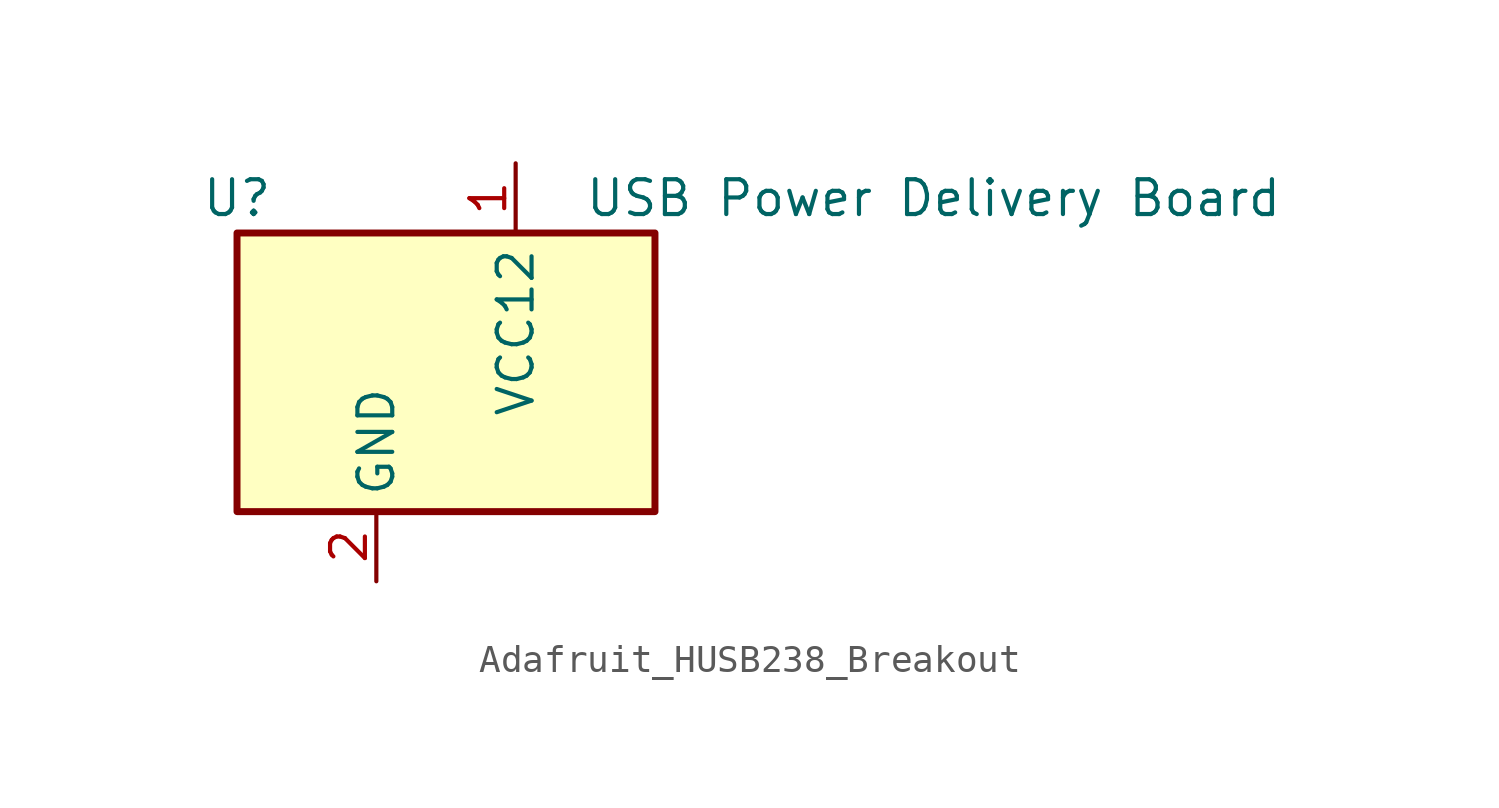
<source format=kicad_sym>
(kicad_symbol_lib
  (version 20220914)
  (generator kicad_symbol_editor)
  (symbol "Adafruit_HUSB238_Breakout"
    (property "Reference" "U"
      (at 0 1.27 0)
      (effects (font (size 1.27 1.27))))
    (property "Value" "USB Power Delivery Board"
      (at 25.4 1.27 0)
      (effects (font (size 1.27 1.27))))
    (symbol "Adafruit_HUSB238_Breakout_0_1"
      (rectangle (start 0 0) (end 15.24 -10.16) (stroke (width 0.254) (type default)) (fill (type background))))
    (symbol "Adafruit_HUSB238_Breakout_1_1"
      (pin input line (at 10.16 2.54 270) (length 2.54) (name "VCC12" (effects (font (size 1.27 1.27)))) (number "1" (effects (font (size 1.27 1.27)))))
      (pin input line (at 5.08 -12.7 90) (length 2.54) (name "GND" (effects (font (size 1.27 1.27)))) (number "2" (effects (font (size 1.27 1.27))))))))
</source>
